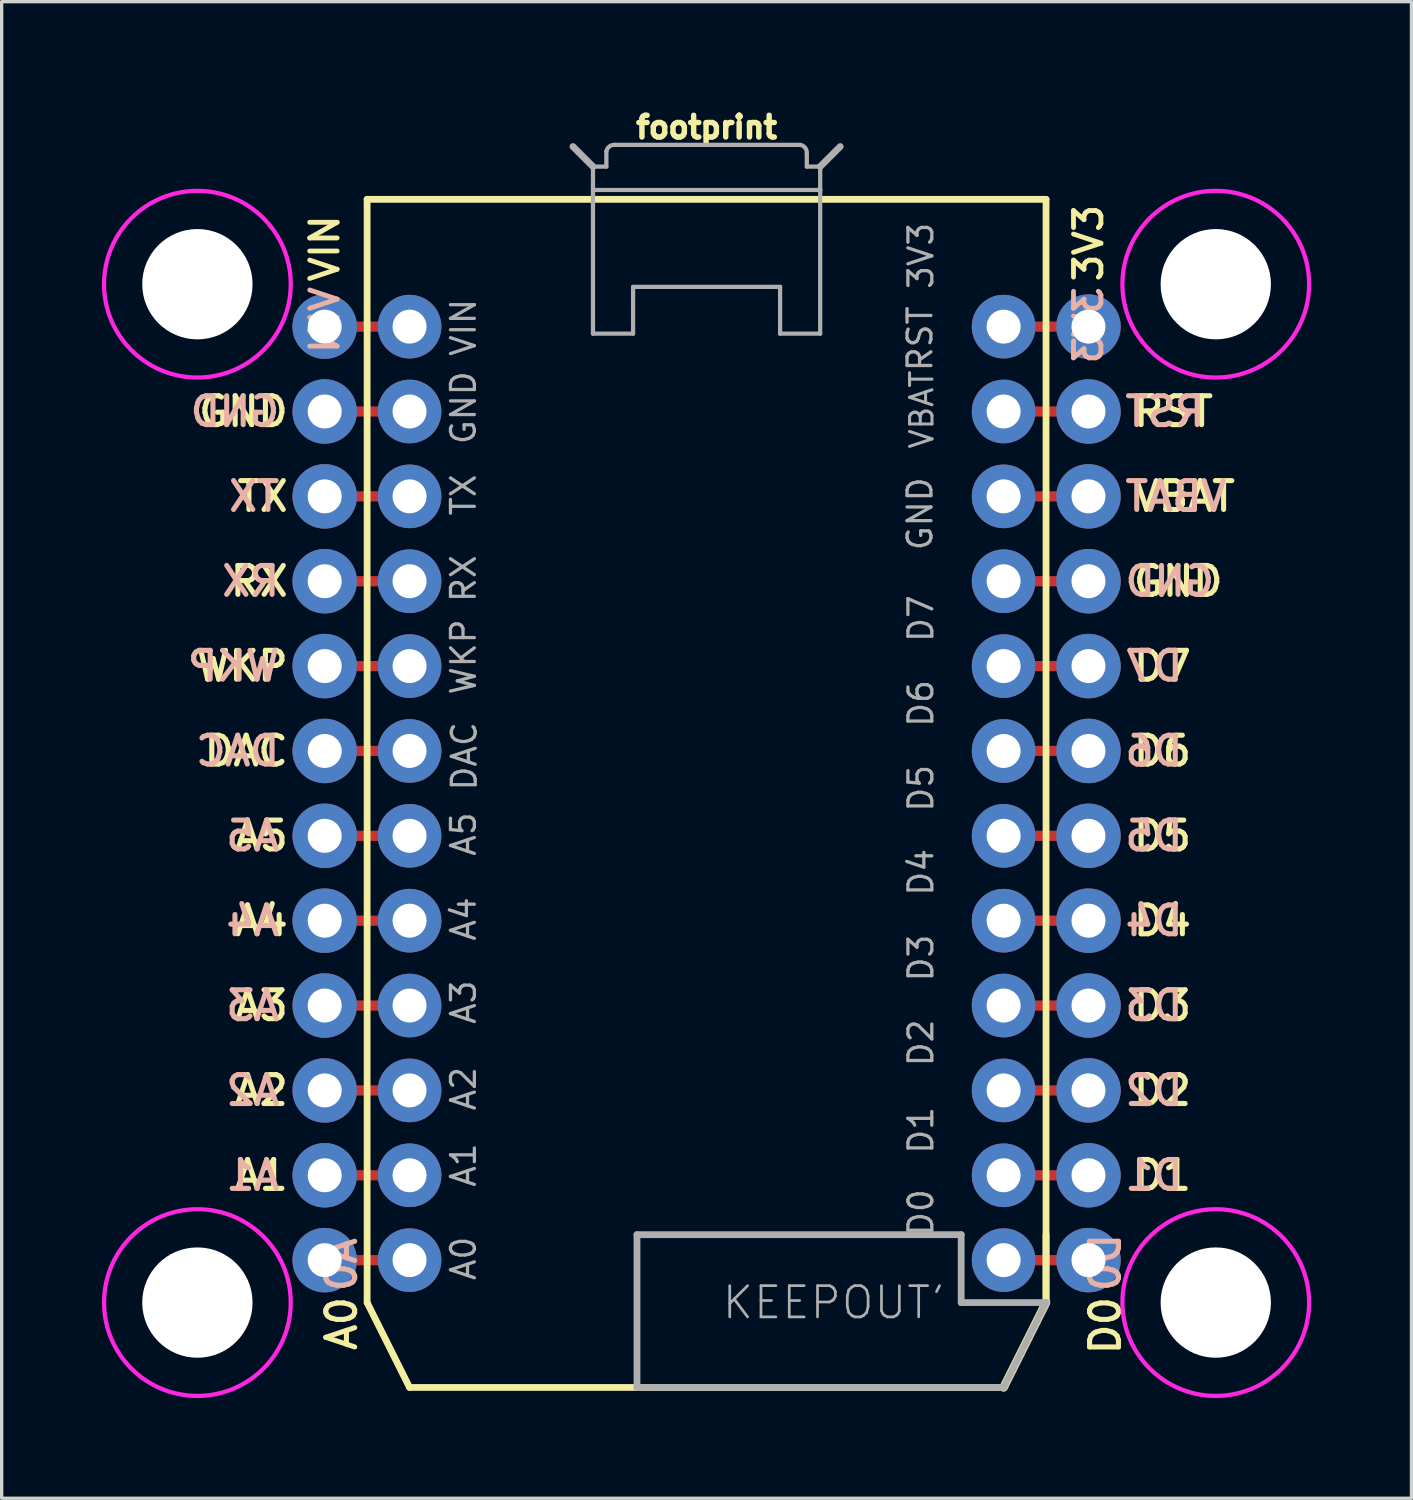
<source format=kicad_pcb>
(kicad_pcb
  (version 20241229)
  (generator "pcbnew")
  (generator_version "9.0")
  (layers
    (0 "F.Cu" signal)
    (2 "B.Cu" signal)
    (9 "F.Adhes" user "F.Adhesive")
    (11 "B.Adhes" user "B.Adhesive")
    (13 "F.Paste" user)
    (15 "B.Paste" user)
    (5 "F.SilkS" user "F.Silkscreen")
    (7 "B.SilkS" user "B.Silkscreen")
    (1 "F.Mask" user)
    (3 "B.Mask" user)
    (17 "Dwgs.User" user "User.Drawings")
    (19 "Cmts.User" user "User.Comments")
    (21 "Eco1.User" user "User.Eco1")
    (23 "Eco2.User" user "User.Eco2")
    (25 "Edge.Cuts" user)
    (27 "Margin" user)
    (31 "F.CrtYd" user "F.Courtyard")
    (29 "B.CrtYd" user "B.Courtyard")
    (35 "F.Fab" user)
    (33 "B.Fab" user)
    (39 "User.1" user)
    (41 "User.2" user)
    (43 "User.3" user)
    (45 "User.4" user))
  (footprint "footprint"
    (layer "F.Cu")
    (at 18.098 20.696)
    (property "Reference" "footprint" (at 0 -19.558 0) (layer "F.SilkS") (effects (font (size 0.65 0.65) (thickness 0.163)) (justify bottom)))
    (fp_line (start -11.43 -13.97) (end -8.89 -13.97) (stroke (width 0.305) (type solid)) (layer "F.Cu"))
    (fp_line (start -11.43 -8.89) (end -8.89 -8.89) (stroke (width 0.305) (type solid)) (layer "F.Cu"))
    (fp_line (start -11.43 -6.35) (end -8.89 -6.35) (stroke (width 0.305) (type solid)) (layer "F.Cu"))
    (fp_line (start -11.43 -3.81) (end -8.89 -3.81) (stroke (width 0.305) (type solid)) (layer "F.Cu"))
    (fp_line (start -11.43 -1.27) (end -8.89 -1.27) (stroke (width 0.305) (type solid)) (layer "F.Cu"))
    (fp_line (start -11.43 1.27) (end -8.89 1.27) (stroke (width 0.305) (type solid)) (layer "F.Cu"))
    (fp_line (start -11.43 3.81) (end -8.89 3.81) (stroke (width 0.305) (type solid)) (layer "F.Cu"))
    (fp_line (start -11.43 6.35) (end -8.89 6.35) (stroke (width 0.305) (type solid)) (layer "F.Cu"))
    (fp_line (start -11.43 8.89) (end -8.89 8.89) (stroke (width 0.305) (type solid)) (layer "F.Cu"))
    (fp_line (start -11.43 11.43) (end -8.89 11.43) (stroke (width 0.305) (type solid)) (layer "F.Cu"))
    (fp_line (start -11.43 13.97) (end -8.89 13.97) (stroke (width 0.305) (type solid)) (layer "F.Cu"))
    (fp_line (start -8.89 -11.43) (end -11.43 -11.43) (stroke (width 0.305) (type solid)) (layer "F.Cu"))
    (fp_line (start 8.89 -13.97) (end 11.43 -13.97) (stroke (width 0.305) (type solid)) (layer "F.Cu"))
    (fp_line (start 8.89 -11.43) (end 11.43 -11.43) (stroke (width 0.305) (type solid)) (layer "F.Cu"))
    (fp_line (start 8.89 -8.89) (end 11.43 -8.89) (stroke (width 0.305) (type solid)) (layer "F.Cu"))
    (fp_line (start 8.89 -6.35) (end 11.43 -6.35) (stroke (width 0.305) (type solid)) (layer "F.Cu"))
    (fp_line (start 8.89 -3.81) (end 11.43 -3.81) (stroke (width 0.305) (type solid)) (layer "F.Cu"))
    (fp_line (start 8.89 -1.27) (end 11.43 -1.27) (stroke (width 0.305) (type solid)) (layer "F.Cu"))
    (fp_line (start 8.89 1.27) (end 11.43 1.27) (stroke (width 0.305) (type solid)) (layer "F.Cu"))
    (fp_line (start 8.89 3.81) (end 11.43 3.81) (stroke (width 0.305) (type solid)) (layer "F.Cu"))
    (fp_line (start 8.89 6.35) (end 11.43 6.35) (stroke (width 0.305) (type solid)) (layer "F.Cu"))
    (fp_line (start 8.89 8.89) (end 11.43 8.89) (stroke (width 0.305) (type solid)) (layer "F.Cu"))
    (fp_line (start 8.89 11.43) (end 11.43 11.43) (stroke (width 0.305) (type solid)) (layer "F.Cu"))
    (fp_line (start 8.89 13.97) (end 11.43 13.97) (stroke (width 0.305) (type solid)) (layer "F.Cu"))
    (fp_line (start -10.16 -17.78) (end 10.16 -17.78) (stroke (width 0.203) (type solid)) (layer "F.SilkS"))
    (fp_line (start -10.16 15.24) (end -10.16 -17.78) (stroke (width 0.203) (type solid)) (layer "F.SilkS"))
    (fp_line (start -8.89 17.78) (end -10.16 15.24) (stroke (width 0.203) (type solid)) (layer "F.SilkS"))
    (fp_line (start 8.89 17.78) (end -8.89 17.78) (stroke (width 0.203) (type solid)) (layer "F.SilkS"))
    (fp_line (start 10.16 -17.78) (end 10.16 15.24) (stroke (width 0.203) (type solid)) (layer "F.SilkS"))
    (fp_line (start 10.16 13.208) (end 10.16 15.24) (stroke (width 0.203) (type solid)) (layer "F.SilkS"))
    (fp_line (start 10.16 15.24) (end 8.89 17.78) (stroke (width 0.254) (type solid)) (layer "F.SilkS"))
    (fp_circle (center -15.24 -15.24) (end -12.446 -15.24) (stroke (width 0.127) (type solid)) (fill no) (layer "F.CrtYd"))
    (fp_circle (center -15.24 15.24) (end -12.446 15.24) (stroke (width 0.127) (type solid)) (fill no) (layer "F.CrtYd"))
    (fp_circle (center 15.24 -15.24) (end 18.034 -15.24) (stroke (width 0.127) (type solid)) (fill no) (layer "F.CrtYd"))
    (fp_circle (center 15.24 15.24) (end 18.034 15.24) (stroke (width 0.127) (type solid)) (fill no) (layer "F.CrtYd"))
    (fp_line (start -3.4 -18.76) (end -4 -19.36) (stroke (width 0.203) (type solid)) (layer "F.Fab"))
    (fp_line (start -3.4 -18.06) (end -3.4 -18.76) (stroke (width 0.127) (type solid)) (layer "F.Fab"))
    (fp_line (start -3.4 -13.76) (end -3.4 -18.06) (stroke (width 0.127) (type solid)) (layer "F.Fab"))
    (fp_line (start -3.4 -13.76) (end -2.2 -13.76) (stroke (width 0.127) (type solid)) (layer "F.Fab"))
    (fp_line (start -3 -19.21) (end -3 -18.76) (stroke (width 0.127) (type solid)) (layer "F.Fab"))
    (fp_line (start -3 -18.76) (end -3.4 -18.76) (stroke (width 0.127) (type solid)) (layer "F.Fab"))
    (fp_line (start -2.2 -15.16) (end -2.2 -13.76) (stroke (width 0.127) (type solid)) (layer "F.Fab"))
    (fp_line (start -2.083 13.208) (end -2.083 17.78) (stroke (width 0.203) (type solid)) (layer "F.Fab"))
    (fp_line (start -2.083 17.78) (end 8.89 17.78) (stroke (width 0.203) (type solid)) (layer "F.Fab"))
    (fp_line (start 2.2 -15.16) (end -2.2 -15.16) (stroke (width 0.127) (type solid)) (layer "F.Fab"))
    (fp_line (start 2.2 -15.16) (end 2.2 -13.76) (stroke (width 0.127) (type solid)) (layer "F.Fab"))
    (fp_line (start 2.8 -19.41) (end -2.75 -19.41) (stroke (width 0.127) (type solid)) (layer "F.Fab"))
    (fp_line (start 3 -18.76) (end 3 -19.16) (stroke (width 0.127) (type solid)) (layer "F.Fab"))
    (fp_line (start 3.4 -18.76) (end 3 -18.76) (stroke (width 0.127) (type solid)) (layer "F.Fab"))
    (fp_line (start 3.4 -18.76) (end 3.4 -18.06) (stroke (width 0.127) (type solid)) (layer "F.Fab"))
    (fp_line (start 3.4 -18.76) (end 4 -19.36) (stroke (width 0.203) (type solid)) (layer "F.Fab"))
    (fp_line (start 3.4 -18.06) (end -3.4 -18.06) (stroke (width 0.127) (type solid)) (layer "F.Fab"))
    (fp_line (start 3.4 -18.06) (end 3.4 -13.76) (stroke (width 0.127) (type solid)) (layer "F.Fab"))
    (fp_line (start 3.4 -13.76) (end 2.2 -13.76) (stroke (width 0.127) (type solid)) (layer "F.Fab"))
    (fp_line (start 7.62 13.208) (end -2.083 13.208) (stroke (width 0.203) (type solid)) (layer "F.Fab"))
    (fp_line (start 7.62 15.24) (end 7.62 13.208) (stroke (width 0.203) (type solid)) (layer "F.Fab"))
    (fp_line (start 10.16 15.24) (end 7.62 15.24) (stroke (width 0.203) (type solid)) (layer "F.Fab"))
    (fp_line (start 10.16 15.24) (end 8.89 17.78) (stroke (width 0.203) (type solid)) (layer "F.Fab"))
    (fp_arc (start -3 -19.209998) (mid -2.913661 -19.358325) (end -2.75 -19.41) (stroke (width 0.127) (type solid)) (layer "F.Fab"))
    (fp_arc (start 2.799998 -19.41) (mid 2.948325 -19.323661) (end 3 -19.16) (stroke (width 0.127) (type solid)) (layer "F.Fab"))
    (fp_text user "D7" (at 12.7 -3.81 0) (layer "F.SilkS") (effects (font (size 0.864 0.864) (thickness 0.152)) (justify left)))
    (fp_text user "D2" (at 12.7 8.89 0) (layer "F.SilkS") (effects (font (size 0.864 0.864) (thickness 0.152)) (justify left)))
    (fp_text user "A1" (at -12.446 11.43 0) (layer "F.SilkS") (effects (font (size 0.864 0.864) (thickness 0.152)) (justify right)))
    (fp_text user "TX" (at -12.446 -8.89 0) (layer "F.SilkS") (effects (font (size 0.864 0.864) (thickness 0.152)) (justify right)))
    (fp_text user "GND" (at 12.7 -6.35 0) (layer "F.SilkS") (effects (font (size 0.864 0.864) (thickness 0.152)) (justify left)))
    (fp_text user "A3" (at -12.446 6.35 0) (layer "F.SilkS") (effects (font (size 0.864 0.864) (thickness 0.152)) (justify right)))
    (fp_text user "A4" (at -12.446 3.81 0) (layer "F.SilkS") (effects (font (size 0.864 0.864) (thickness 0.152)) (justify right)))
    (fp_text user "D6" (at 12.7 -1.27 0) (layer "F.SilkS") (effects (font (size 0.864 0.864) (thickness 0.152)) (justify left)))
    (fp_text user "WKP" (at -12.446 -3.81 0) (layer "F.SilkS") (effects (font (size 0.864 0.864) (thickness 0.152)) (justify right)))
    (fp_text user "D4" (at 12.7 3.81 0) (layer "F.SilkS") (effects (font (size 0.864 0.864) (thickness 0.152)) (justify left)))
    (fp_text user "D3" (at 12.7 6.35 0) (layer "F.SilkS") (effects (font (size 0.864 0.864) (thickness 0.152)) (justify left)))
    (fp_text user "GND" (at -12.446 -11.43 0) (layer "F.SilkS") (effects (font (size 0.864 0.864) (thickness 0.152)) (justify right)))
    (fp_text user "DAC" (at -12.446 -1.27 0) (layer "F.SilkS") (effects (font (size 0.864 0.864) (thickness 0.152)) (justify right)))
    (fp_text user "A0" (at -11.43 14.986 90) (layer "F.SilkS") (effects (font (size 0.864 0.864) (thickness 0.152)) (justify right top)))
    (fp_text user "VIN" (at -11.43 -15.24 90) (layer "F.SilkS") (effects (font (size 0.82 0.82) (thickness 0.145)) (justify left)))
    (fp_text user "RX" (at -12.446 -6.35 0) (layer "F.SilkS") (effects (font (size 0.864 0.864) (thickness 0.152)) (justify right)))
    (fp_text user "D0" (at 11.43 14.986 90) (layer "F.SilkS") (effects (font (size 0.864 0.864) (thickness 0.152)) (justify right top)))
    (fp_text user "A5" (at -12.446 1.27 0) (layer "F.SilkS") (effects (font (size 0.864 0.864) (thickness 0.152)) (justify right)))
    (fp_text user "D5" (at 12.7 1.27 0) (layer "F.SilkS") (effects (font (size 0.864 0.864) (thickness 0.152)) (justify left)))
    (fp_text user "A2" (at -12.446 8.89 0) (layer "F.SilkS") (effects (font (size 0.864 0.864) (thickness 0.152)) (justify right)))
    (fp_text user "3V3" (at 11.43 -15.24 90) (layer "F.SilkS") (effects (font (size 0.82 0.82) (thickness 0.145)) (justify left)))
    (fp_text user "VBAT" (at 12.7 -8.89 0) (layer "F.SilkS") (effects (font (size 0.864 0.864) (thickness 0.152)) (justify left)))
    (fp_text user "D1" (at 12.7 11.43 0) (layer "F.SilkS") (effects (font (size 0.864 0.864) (thickness 0.152)) (justify left)))
    (fp_text user "RST" (at 12.7 -11.43 0) (layer "F.SilkS") (effects (font (size 0.864 0.864) (thickness 0.152)) (justify left)))
    (fp_text user "GND" (at -12.7 -11.43 0) (layer "B.SilkS") (effects (font (size 0.864 0.864) (thickness 0.152)) (justify left mirror)))
    (fp_text user "D3" (at 12.446 6.35 0) (layer "B.SilkS") (effects (font (size 0.864 0.864) (thickness 0.152)) (justify right mirror)))
    (fp_text user "RST" (at 12.446 -11.43 0) (layer "B.SilkS") (effects (font (size 0.864 0.864) (thickness 0.152)) (justify right mirror)))
    (fp_text user "D4" (at 12.446 3.81 0) (layer "B.SilkS") (effects (font (size 0.864 0.864) (thickness 0.152)) (justify right mirror)))
    (fp_text user "A4" (at -12.7 3.81 0) (layer "B.SilkS") (effects (font (size 0.864 0.864) (thickness 0.152)) (justify left mirror)))
    (fp_text user "A5" (at -12.7 1.27 0) (layer "B.SilkS") (effects (font (size 0.864 0.864) (thickness 0.152)) (justify left mirror)))
    (fp_text user "WKP" (at -12.7 -3.81 0) (layer "B.SilkS") (effects (font (size 0.864 0.864) (thickness 0.152)) (justify left mirror)))
    (fp_text user "A1" (at -12.7 11.43 0) (layer "B.SilkS") (effects (font (size 0.864 0.864) (thickness 0.152)) (justify left mirror)))
    (fp_text user "D1" (at 12.446 11.43 0) (layer "B.SilkS") (effects (font (size 0.864 0.864) (thickness 0.152)) (justify right mirror)))
    (fp_text user "DAC" (at -12.7 -1.27 0) (layer "B.SilkS") (effects (font (size 0.864 0.864) (thickness 0.152)) (justify left mirror)))
    (fp_text user "VIN" (at -11.43 -15.24 270) (layer "B.SilkS") (effects (font (size 0.82 0.82) (thickness 0.145)) (justify left mirror)))
    (fp_text user "D5" (at 12.446 1.27 0) (layer "B.SilkS") (effects (font (size 0.864 0.864) (thickness 0.152)) (justify right mirror)))
    (fp_text user "3V3" (at 11.43 -15.24 270) (layer "B.SilkS") (effects (font (size 0.82 0.82) (thickness 0.145)) (justify left mirror)))
    (fp_text user "TX" (at -12.7 -8.89 0) (layer "B.SilkS") (effects (font (size 0.864 0.864) (thickness 0.152)) (justify left mirror)))
    (fp_text user "D0" (at 11.43 14.986 270) (layer "B.SilkS") (effects (font (size 0.864 0.864) (thickness 0.152)) (justify right top mirror)))
    (fp_text user "A0" (at -11.43 14.986 270) (layer "B.SilkS") (effects (font (size 0.864 0.864) (thickness 0.152)) (justify right top mirror)))
    (fp_text user "GND" (at 12.446 -6.35 0) (layer "B.SilkS") (effects (font (size 0.864 0.864) (thickness 0.152)) (justify right mirror)))
    (fp_text user "RX" (at -12.7 -6.35 0) (layer "B.SilkS") (effects (font (size 0.864 0.864) (thickness 0.152)) (justify left mirror)))
    (fp_text user "D2" (at 12.446 8.89 0) (layer "B.SilkS") (effects (font (size 0.864 0.864) (thickness 0.152)) (justify right mirror)))
    (fp_text user "A2" (at -12.7 8.89 0) (layer "B.SilkS") (effects (font (size 0.864 0.864) (thickness 0.152)) (justify left mirror)))
    (fp_text user "A3" (at -12.7 6.35 0) (layer "B.SilkS") (effects (font (size 0.864 0.864) (thickness 0.152)) (justify left mirror)))
    (fp_text user "D6" (at 12.446 -1.27 0) (layer "B.SilkS") (effects (font (size 0.864 0.864) (thickness 0.152)) (justify right mirror)))
    (fp_text user "D7" (at 12.446 -3.81 0) (layer "B.SilkS") (effects (font (size 0.864 0.864) (thickness 0.152)) (justify right mirror)))
    (fp_text user "VBAT" (at 12.446 -8.89 0) (layer "B.SilkS") (effects (font (size 0.864 0.864) (thickness 0.152)) (justify right mirror)))
    (fp_text user "A1" (at -6.858 11.836 90) (layer "F.Fab") (effects (font (size 0.715 0.715) (thickness 0.098)) (justify left bottom)))
    (fp_text user "TX" (at -6.858 -8.255 90) (layer "F.Fab") (effects (font (size 0.715 0.715) (thickness 0.098)) (justify left bottom)))
    (fp_text user "D3" (at 6.833 5.69 270) (layer "F.Fab") (effects (font (size 0.715 0.715) (thickness 0.098)) (justify left bottom)))
    (fp_text user "D0" (at 6.833 13.31 270) (layer "F.Fab") (effects (font (size 0.715 0.715) (thickness 0.098)) (justify left bottom)))
    (fp_text user "VIN" (at -6.858 -13.03 90) (layer "F.Fab") (effects (font (size 0.715 0.715) (thickness 0.098)) (justify left bottom)))
    (fp_text user "D2" (at 6.833 8.23 270) (layer "F.Fab") (effects (font (size 0.715 0.715) (thickness 0.098)) (justify left bottom)))
    (fp_text user "VBAT" (at 6.833 -10.262 270) (layer "F.Fab") (effects (font (size 0.671 0.671) (thickness 0.091)) (justify left bottom)))
    (fp_text user "WKP" (at -6.858 -2.896 90) (layer "F.Fab") (effects (font (size 0.715 0.715) (thickness 0.098)) (justify left bottom)))
    (fp_text user "D7" (at 6.833 -4.47 270) (layer "F.Fab") (effects (font (size 0.715 0.715) (thickness 0.098)) (justify left bottom)))
    (fp_text user "A0" (at -6.858 14.63 90) (layer "F.Fab") (effects (font (size 0.715 0.715) (thickness 0.098)) (justify left bottom)))
    (fp_text user "3V3" (at 6.833 -15.037 270) (layer "F.Fab") (effects (font (size 0.715 0.715) (thickness 0.098)) (justify left bottom)))
    (fp_text user "A5" (at -6.858 1.93 90) (layer "F.Fab") (effects (font (size 0.715 0.715) (thickness 0.098)) (justify left bottom)))
    (fp_text user "GND" (at -6.858 -10.389 90) (layer "F.Fab") (effects (font (size 0.715 0.715) (thickness 0.098)) (justify left bottom)))
    (fp_text user "D6" (at 6.833 -1.93 270) (layer "F.Fab") (effects (font (size 0.715 0.715) (thickness 0.098)) (justify left bottom)))
    (fp_text user "DAC" (at -6.833 -0.025 90) (layer "F.Fab") (effects (font (size 0.715 0.715) (thickness 0.098)) (justify left bottom)))
    (fp_text user "A4" (at -6.858 4.47 90) (layer "F.Fab") (effects (font (size 0.715 0.715) (thickness 0.098)) (justify left bottom)))
    (fp_text user "D4" (at 6.833 3.124 270) (layer "F.Fab") (effects (font (size 0.715 0.715) (thickness 0.098)) (justify left bottom)))
    (fp_text user "D5" (at 6.833 0.61 270) (layer "F.Fab") (effects (font (size 0.715 0.715) (thickness 0.098)) (justify left bottom)))
    (fp_text user "RX" (at -6.858 -5.664 90) (layer "F.Fab") (effects (font (size 0.715 0.715) (thickness 0.098)) (justify left bottom)))
    (fp_text user "D1" (at 6.833 10.846 270) (layer "F.Fab") (effects (font (size 0.715 0.715) (thickness 0.098)) (justify left bottom)))
    (fp_text user "RST" (at 6.807 -12.573 270) (layer "F.Fab") (effects (font (size 0.715 0.715) (thickness 0.098)) (justify left bottom)))
    (fp_text user "GND" (at 6.807 -7.214 270) (layer "F.Fab") (effects (font (size 0.715 0.715) (thickness 0.098)) (justify left bottom)))
    (fp_text user "A2" (at -6.858 9.55 90) (layer "F.Fab") (effects (font (size 0.715 0.715) (thickness 0.098)) (justify left bottom)))
    (fp_text user "A3" (at -6.858 6.96 90) (layer "F.Fab") (effects (font (size 0.715 0.715) (thickness 0.098)) (justify left bottom)))
    (fp_text user "KEEPOUT'" (at 3.81 15.24 0) (layer "F.Fab") (effects (font (size 0.935 0.935) (thickness 0.081))))
    (pad "" np_thru_hole circle (at -15.24 -15.24) (size 3.302 3.302) (drill 3.302) (layers "*.Cu" "*.Mask"))
    (pad "" np_thru_hole circle (at -15.24 15.24) (size 3.302 3.302) (drill 3.302) (layers "*.Cu" "*.Mask"))
    (pad "" np_thru_hole circle (at 15.24 -15.24) (size 3.302 3.302) (drill 3.302) (layers "*.Cu" "*.Mask"))
    (pad "" np_thru_hole circle (at 15.24 15.24) (size 3.302 3.302) (drill 3.302) (layers "*.Cu" "*.Mask"))
    (pad "1" thru_hole circle (at -8.89 -13.97) (size 1.905 1.905) (drill 1.016) (layers "*.Cu" "*.Mask"))
    (pad "2" thru_hole circle (at -8.89 -11.43) (size 1.905 1.905) (drill 1.016) (layers "*.Cu" "*.Mask"))
    (pad "3" thru_hole circle (at -8.89 -8.89) (size 1.905 1.905) (drill 1.016) (layers "*.Cu" "*.Mask"))
    (pad "3V3" thru_hole circle (at 11.43 -13.97 0.1) (size 1.93 1.93) (drill 1.016) (layers "*.Cu" "*.Mask"))
    (pad "4" thru_hole circle (at -8.89 -6.35) (size 1.905 1.905) (drill 1.016) (layers "*.Cu" "*.Mask"))
    (pad "5" thru_hole circle (at -8.89 -3.81) (size 1.905 1.905) (drill 1.016) (layers "*.Cu" "*.Mask"))
    (pad "6" thru_hole circle (at -8.89 -1.27) (size 1.905 1.905) (drill 1.016) (layers "*.Cu" "*.Mask"))
    (pad "7" thru_hole circle (at -8.89 1.27) (size 1.905 1.905) (drill 1.016) (layers "*.Cu" "*.Mask"))
    (pad "8" thru_hole circle (at -8.89 3.81) (size 1.905 1.905) (drill 1.016) (layers "*.Cu" "*.Mask"))
    (pad "9" thru_hole circle (at -8.89 6.35) (size 1.905 1.905) (drill 1.016) (layers "*.Cu" "*.Mask"))
    (pad "10" thru_hole circle (at -8.89 8.89) (size 1.905 1.905) (drill 1.016) (layers "*.Cu" "*.Mask"))
    (pad "11" thru_hole circle (at -8.89 11.43) (size 1.905 1.905) (drill 1.016) (layers "*.Cu" "*.Mask"))
    (pad "12" thru_hole circle (at -8.89 13.97) (size 1.905 1.905) (drill 1.016) (layers "*.Cu" "*.Mask"))
    (pad "13" thru_hole circle (at 8.89 13.97) (size 1.905 1.905) (drill 1.016) (layers "*.Cu" "*.Mask"))
    (pad "14" thru_hole circle (at 8.89 11.43) (size 1.905 1.905) (drill 1.016) (layers "*.Cu" "*.Mask"))
    (pad "15" thru_hole circle (at 8.89 8.89) (size 1.905 1.905) (drill 1.016) (layers "*.Cu" "*.Mask"))
    (pad "16" thru_hole circle (at 8.89 6.35) (size 1.905 1.905) (drill 1.016) (layers "*.Cu" "*.Mask"))
    (pad "17" thru_hole circle (at 8.89 3.81) (size 1.905 1.905) (drill 1.016) (layers "*.Cu" "*.Mask"))
    (pad "18" thru_hole circle (at 8.89 1.27) (size 1.905 1.905) (drill 1.016) (layers "*.Cu" "*.Mask"))
    (pad "19" thru_hole circle (at 8.89 -1.27) (size 1.905 1.905) (drill 1.016) (layers "*.Cu" "*.Mask"))
    (pad "20" thru_hole circle (at 8.89 -3.81) (size 1.905 1.905) (drill 1.016) (layers "*.Cu" "*.Mask"))
    (pad "21" thru_hole circle (at 8.89 -6.35) (size 1.905 1.905) (drill 1.016) (layers "*.Cu" "*.Mask"))
    (pad "22" thru_hole circle (at 8.89 -8.89) (size 1.905 1.905) (drill 1.016) (layers "*.Cu" "*.Mask"))
    (pad "23" thru_hole circle (at 8.89 -11.43) (size 1.905 1.905) (drill 1.016) (layers "*.Cu" "*.Mask"))
    (pad "24" thru_hole circle (at 8.89 -13.97) (size 1.905 1.905) (drill 1.016) (layers "*.Cu" "*.Mask"))
    (pad "A0" thru_hole circle (at -11.43 13.97 0.1) (size 1.93 1.93) (drill 1.016) (layers "*.Cu" "*.Mask"))
    (pad "A1" thru_hole circle (at -11.43 11.43 0.1) (size 1.93 1.93) (drill 1.016) (layers "*.Cu" "*.Mask"))
    (pad "A2" thru_hole circle (at -11.43 8.89 0.1) (size 1.93 1.93) (drill 1.016) (layers "*.Cu" "*.Mask"))
    (pad "A3" thru_hole circle (at -11.43 6.35 0.1) (size 1.93 1.93) (drill 1.016) (layers "*.Cu" "*.Mask"))
    (pad "A4" thru_hole circle (at -11.43 3.81 0.1) (size 1.93 1.93) (drill 1.016) (layers "*.Cu" "*.Mask"))
    (pad "A5" thru_hole circle (at -11.43 1.27 0.1) (size 1.93 1.93) (drill 1.016) (layers "*.Cu" "*.Mask"))
    (pad "D0" thru_hole circle (at 11.43 13.97 0.1) (size 1.93 1.93) (drill 1.016) (layers "*.Cu" "*.Mask"))
    (pad "D1" thru_hole circle (at 11.43 11.43 0.1) (size 1.93 1.93) (drill 1.016) (layers "*.Cu" "*.Mask"))
    (pad "D2" thru_hole circle (at 11.43 8.89 0.1) (size 1.93 1.93) (drill 1.016) (layers "*.Cu" "*.Mask"))
    (pad "D3" thru_hole circle (at 11.43 6.35 0.1) (size 1.93 1.93) (drill 1.016) (layers "*.Cu" "*.Mask"))
    (pad "D4" thru_hole circle (at 11.43 3.81 0.1) (size 1.93 1.93) (drill 1.016) (layers "*.Cu" "*.Mask"))
    (pad "D5" thru_hole circle (at 11.43 1.27 0.1) (size 1.93 1.93) (drill 1.016) (layers "*.Cu" "*.Mask"))
    (pad "D6" thru_hole circle (at 11.43 -1.27 0.1) (size 1.93 1.93) (drill 1.016) (layers "*.Cu" "*.Mask"))
    (pad "D7" thru_hole circle (at 11.43 -3.81 0.1) (size 1.93 1.93) (drill 1.016) (layers "*.Cu" "*.Mask"))
    (pad "DAC" thru_hole circle (at -11.43 -1.27 0.1) (size 1.93 1.93) (drill 1.016) (layers "*.Cu" "*.Mask"))
    (pad "GND@0" thru_hole circle (at -11.43 -11.43 0.1) (size 1.93 1.93) (drill 1.016) (layers "*.Cu" "*.Mask"))
    (pad "GND@2" thru_hole circle (at 11.43 -6.35 0.1) (size 1.93 1.93) (drill 1.016) (layers "*.Cu" "*.Mask"))
    (pad "RST" thru_hole circle (at 11.43 -11.43 0.1) (size 1.93 1.93) (drill 1.016) (layers "*.Cu" "*.Mask"))
    (pad "RX" thru_hole circle (at -11.43 -6.35 0.1) (size 1.93 1.93) (drill 1.016) (layers "*.Cu" "*.Mask"))
    (pad "TX" thru_hole circle (at -11.43 -8.89 0.1) (size 1.93 1.93) (drill 1.016) (layers "*.Cu" "*.Mask"))
    (pad "VBAT" thru_hole circle (at 11.43 -8.89 0.1) (size 1.93 1.93) (drill 1.016) (layers "*.Cu" "*.Mask"))
    (pad "VIN" thru_hole circle (at -11.43 -13.97 0.1) (size 1.93 1.93) (drill 1.016) (layers "*.Cu" "*.Mask"))
    (pad "WKP" thru_hole circle (at -11.43 -3.81 0.1) (size 1.93 1.93) (drill 1.016) (layers "*.Cu" "*.Mask"))
    (zone (net_name "") (layer "F.Cu") (hatch edge 0.508) (connect_pads) (min_thickness 0.254) (filled_areas_thickness no) (keepout (tracks not_allowed) (vias not_allowed) (pads not_allowed) (copperpour not_allowed) (footprints allowed)) (placement (enabled no)) (fill) (polygon (pts (xy 26.988 38.476) (xy 28.258 35.936) (xy 25.718 35.936) (xy 25.718 33.904) (xy 16.015 33.904) (xy 16.015 38.476))))
    (zone (net_name "") (layer "B.Cu") (hatch edge 0.508) (connect_pads) (min_thickness 0.254) (filled_areas_thickness no) (keepout (tracks not_allowed) (vias not_allowed) (pads not_allowed) (copperpour not_allowed) (footprints allowed)) (placement (enabled no)) (fill) (polygon (pts (xy 26.988 38.476) (xy 28.258 35.936) (xy 25.718 35.936) (xy 25.718 33.904) (xy 16.015 33.904) (xy 16.015 38.476)))))
  (gr_rect
    (start -3 -3)
    (end 39.195 41.793)
    (stroke (width 0.1) (type default))
    (fill no)
    (layer "Edge.Cuts")))
</source>
